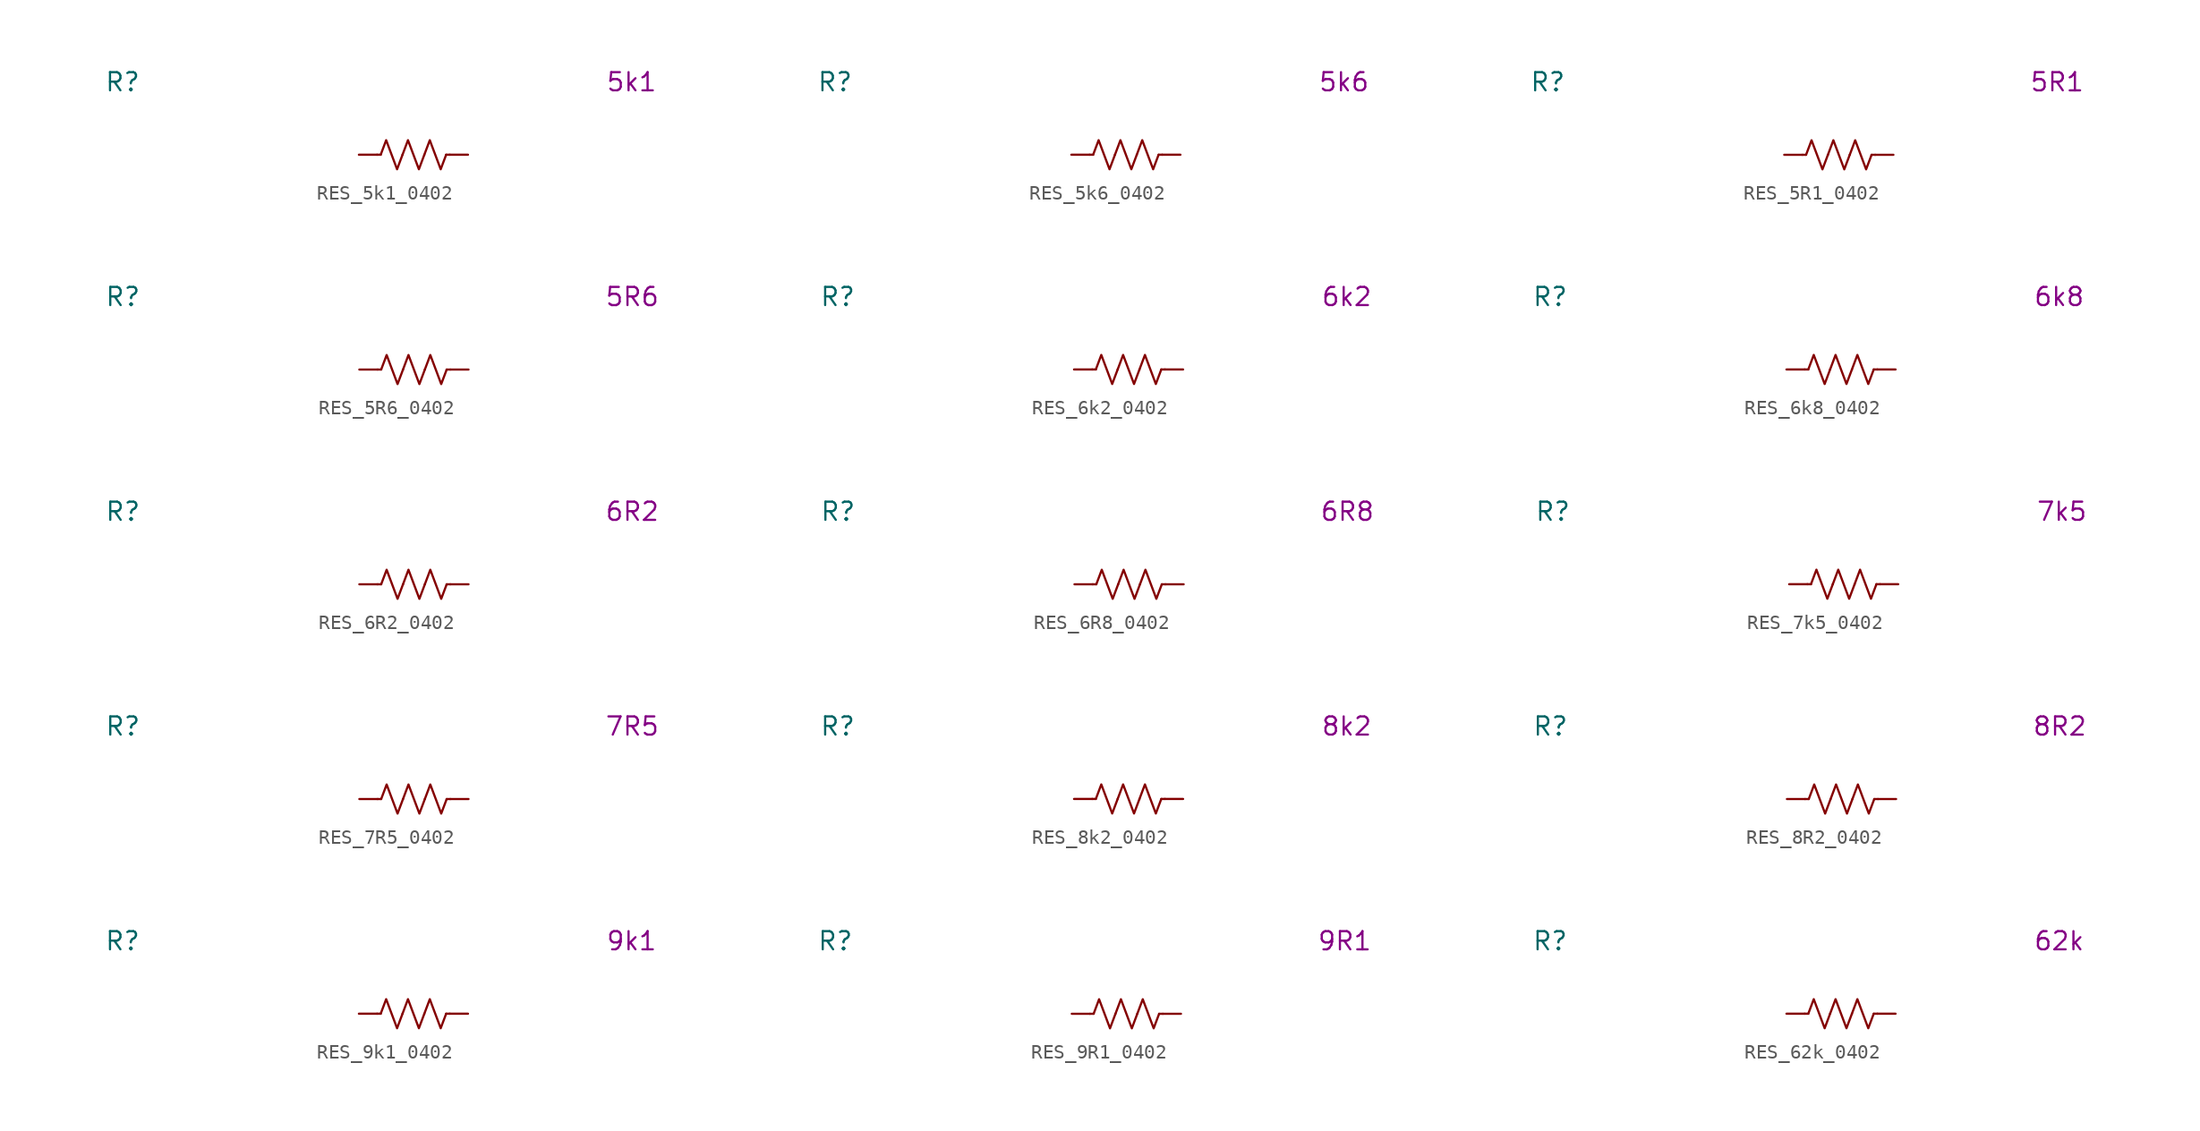
<source format=kicad_sym>
(kicad_symbol_lib
  (version 20231120)
  (generator "kicad_symbol_editor")
  (generator_version "8.0")
  (symbol "RES_5k1_0402"
    (pin_numbers hide)
    (property "Reference" "R"
      (at -20.32 5.08 0)
      (effects (font (size 1.27 1.27))))
    (property "Display Value" "5k1"
      (at 15.24 5.08 0)
      (effects (font (size 1.27 1.27))))
    (symbol "RES_5k1_0402_0_1"
      (polyline (pts (xy -2.286 0) (xy -2.54 0)) (stroke (width 0) (type default)) (fill (type none)))
      (polyline (pts (xy 2.286 0) (xy 2.54 0)) (stroke (width 0) (type default)) (fill (type none)))
      (polyline (pts (xy -2.286 0) (xy -1.905 1.016) (xy -1.524 0) (xy -1.143 -1.016) (xy -0.762 0)) (stroke (width 0) (type default)) (fill (type none)))
      (polyline (pts (xy -0.762 0) (xy -0.381 1.016) (xy 0 0) (xy 0.381 -1.016) (xy 0.762 0)) (stroke (width 0) (type default)) (fill (type none)))
      (polyline (pts (xy 0.762 0) (xy 1.143 1.016) (xy 1.524 0) (xy 1.905 -1.016) (xy 2.286 0)) (stroke (width 0) (type default)) (fill (type none))))
    (symbol "RES_5k1_0402_1_1"
      (pin passive line (at -3.81 0 0) (length 1.27) (name "~" (effects (font (size 1.27 1.27)))) (number "1" (effects (font (size 1.27 1.27)))))
      (pin passive line (at 3.81 0 180) (length 1.27) (name "~" (effects (font (size 1.27 1.27)))) (number "2" (effects (font (size 1.27 1.27)))))))
  (symbol "RES_5k6_0402"
    (pin_numbers hide)
    (property "Reference" "R"
      (at -20.32 5.08 0)
      (effects (font (size 1.27 1.27))))
    (property "Display Value" "5k6"
      (at 15.24 5.08 0)
      (effects (font (size 1.27 1.27))))
    (symbol "RES_5k6_0402_0_1"
      (polyline (pts (xy -2.286 0) (xy -2.54 0)) (stroke (width 0) (type default)) (fill (type none)))
      (polyline (pts (xy 2.286 0) (xy 2.54 0)) (stroke (width 0) (type default)) (fill (type none)))
      (polyline (pts (xy -2.286 0) (xy -1.905 1.016) (xy -1.524 0) (xy -1.143 -1.016) (xy -0.762 0)) (stroke (width 0) (type default)) (fill (type none)))
      (polyline (pts (xy -0.762 0) (xy -0.381 1.016) (xy 0 0) (xy 0.381 -1.016) (xy 0.762 0)) (stroke (width 0) (type default)) (fill (type none)))
      (polyline (pts (xy 0.762 0) (xy 1.143 1.016) (xy 1.524 0) (xy 1.905 -1.016) (xy 2.286 0)) (stroke (width 0) (type default)) (fill (type none))))
    (symbol "RES_5k6_0402_1_1"
      (pin passive line (at -3.81 0 0) (length 1.27) (name "~" (effects (font (size 1.27 1.27)))) (number "1" (effects (font (size 1.27 1.27)))))
      (pin passive line (at 3.81 0 180) (length 1.27) (name "~" (effects (font (size 1.27 1.27)))) (number "2" (effects (font (size 1.27 1.27)))))))
  (symbol "RES_5R1_0402"
    (pin_numbers hide)
    (property "Reference" "R"
      (at -20.32 5.08 0)
      (effects (font (size 1.27 1.27))))
    (property "Display Value" "5R1"
      (at 15.24 5.08 0)
      (effects (font (size 1.27 1.27))))
    (symbol "RES_5R1_0402_0_1"
      (polyline (pts (xy -2.286 0) (xy -2.54 0)) (stroke (width 0) (type default)) (fill (type none)))
      (polyline (pts (xy 2.286 0) (xy 2.54 0)) (stroke (width 0) (type default)) (fill (type none)))
      (polyline (pts (xy -2.286 0) (xy -1.905 1.016) (xy -1.524 0) (xy -1.143 -1.016) (xy -0.762 0)) (stroke (width 0) (type default)) (fill (type none)))
      (polyline (pts (xy -0.762 0) (xy -0.381 1.016) (xy 0 0) (xy 0.381 -1.016) (xy 0.762 0)) (stroke (width 0) (type default)) (fill (type none)))
      (polyline (pts (xy 0.762 0) (xy 1.143 1.016) (xy 1.524 0) (xy 1.905 -1.016) (xy 2.286 0)) (stroke (width 0) (type default)) (fill (type none))))
    (symbol "RES_5R1_0402_1_1"
      (pin passive line (at -3.81 0 0) (length 1.27) (name "~" (effects (font (size 1.27 1.27)))) (number "1" (effects (font (size 1.27 1.27)))))
      (pin passive line (at 3.81 0 180) (length 1.27) (name "~" (effects (font (size 1.27 1.27)))) (number "2" (effects (font (size 1.27 1.27)))))))
  (symbol "RES_5R6_0402"
    (pin_numbers hide)
    (property "Reference" "R"
      (at -20.32 5.08 0)
      (effects (font (size 1.27 1.27))))
    (property "Display Value" "5R6"
      (at 15.24 5.08 0)
      (effects (font (size 1.27 1.27))))
    (symbol "RES_5R6_0402_0_1"
      (polyline (pts (xy -2.286 0) (xy -2.54 0)) (stroke (width 0) (type default)) (fill (type none)))
      (polyline (pts (xy 2.286 0) (xy 2.54 0)) (stroke (width 0) (type default)) (fill (type none)))
      (polyline (pts (xy -2.286 0) (xy -1.905 1.016) (xy -1.524 0) (xy -1.143 -1.016) (xy -0.762 0)) (stroke (width 0) (type default)) (fill (type none)))
      (polyline (pts (xy -0.762 0) (xy -0.381 1.016) (xy 0 0) (xy 0.381 -1.016) (xy 0.762 0)) (stroke (width 0) (type default)) (fill (type none)))
      (polyline (pts (xy 0.762 0) (xy 1.143 1.016) (xy 1.524 0) (xy 1.905 -1.016) (xy 2.286 0)) (stroke (width 0) (type default)) (fill (type none))))
    (symbol "RES_5R6_0402_1_1"
      (pin passive line (at -3.81 0 0) (length 1.27) (name "~" (effects (font (size 1.27 1.27)))) (number "1" (effects (font (size 1.27 1.27)))))
      (pin passive line (at 3.81 0 180) (length 1.27) (name "~" (effects (font (size 1.27 1.27)))) (number "2" (effects (font (size 1.27 1.27)))))))
  (symbol "RES_6k2_0402"
    (pin_numbers hide)
    (property "Reference" "R"
      (at -20.32 5.08 0)
      (effects (font (size 1.27 1.27))))
    (property "Display Value" "6k2"
      (at 15.24 5.08 0)
      (effects (font (size 1.27 1.27))))
    (symbol "RES_6k2_0402_0_1"
      (polyline (pts (xy -2.286 0) (xy -2.54 0)) (stroke (width 0) (type default)) (fill (type none)))
      (polyline (pts (xy 2.286 0) (xy 2.54 0)) (stroke (width 0) (type default)) (fill (type none)))
      (polyline (pts (xy -2.286 0) (xy -1.905 1.016) (xy -1.524 0) (xy -1.143 -1.016) (xy -0.762 0)) (stroke (width 0) (type default)) (fill (type none)))
      (polyline (pts (xy -0.762 0) (xy -0.381 1.016) (xy 0 0) (xy 0.381 -1.016) (xy 0.762 0)) (stroke (width 0) (type default)) (fill (type none)))
      (polyline (pts (xy 0.762 0) (xy 1.143 1.016) (xy 1.524 0) (xy 1.905 -1.016) (xy 2.286 0)) (stroke (width 0) (type default)) (fill (type none))))
    (symbol "RES_6k2_0402_1_1"
      (pin passive line (at -3.81 0 0) (length 1.27) (name "~" (effects (font (size 1.27 1.27)))) (number "1" (effects (font (size 1.27 1.27)))))
      (pin passive line (at 3.81 0 180) (length 1.27) (name "~" (effects (font (size 1.27 1.27)))) (number "2" (effects (font (size 1.27 1.27)))))))
  (symbol "RES_6k8_0402"
    (pin_numbers hide)
    (property "Reference" "R"
      (at -20.32 5.08 0)
      (effects (font (size 1.27 1.27))))
    (property "Display Value" "6k8"
      (at 15.24 5.08 0)
      (effects (font (size 1.27 1.27))))
    (symbol "RES_6k8_0402_0_1"
      (polyline (pts (xy -2.286 0) (xy -2.54 0)) (stroke (width 0) (type default)) (fill (type none)))
      (polyline (pts (xy 2.286 0) (xy 2.54 0)) (stroke (width 0) (type default)) (fill (type none)))
      (polyline (pts (xy -2.286 0) (xy -1.905 1.016) (xy -1.524 0) (xy -1.143 -1.016) (xy -0.762 0)) (stroke (width 0) (type default)) (fill (type none)))
      (polyline (pts (xy -0.762 0) (xy -0.381 1.016) (xy 0 0) (xy 0.381 -1.016) (xy 0.762 0)) (stroke (width 0) (type default)) (fill (type none)))
      (polyline (pts (xy 0.762 0) (xy 1.143 1.016) (xy 1.524 0) (xy 1.905 -1.016) (xy 2.286 0)) (stroke (width 0) (type default)) (fill (type none))))
    (symbol "RES_6k8_0402_1_1"
      (pin passive line (at -3.81 0 0) (length 1.27) (name "~" (effects (font (size 1.27 1.27)))) (number "1" (effects (font (size 1.27 1.27)))))
      (pin passive line (at 3.81 0 180) (length 1.27) (name "~" (effects (font (size 1.27 1.27)))) (number "2" (effects (font (size 1.27 1.27)))))))
  (symbol "RES_6R2_0402"
    (pin_numbers hide)
    (property "Reference" "R"
      (at -20.32 5.08 0)
      (effects (font (size 1.27 1.27))))
    (property "Display Value" "6R2"
      (at 15.24 5.08 0)
      (effects (font (size 1.27 1.27))))
    (symbol "RES_6R2_0402_0_1"
      (polyline (pts (xy -2.286 0) (xy -2.54 0)) (stroke (width 0) (type default)) (fill (type none)))
      (polyline (pts (xy 2.286 0) (xy 2.54 0)) (stroke (width 0) (type default)) (fill (type none)))
      (polyline (pts (xy -2.286 0) (xy -1.905 1.016) (xy -1.524 0) (xy -1.143 -1.016) (xy -0.762 0)) (stroke (width 0) (type default)) (fill (type none)))
      (polyline (pts (xy -0.762 0) (xy -0.381 1.016) (xy 0 0) (xy 0.381 -1.016) (xy 0.762 0)) (stroke (width 0) (type default)) (fill (type none)))
      (polyline (pts (xy 0.762 0) (xy 1.143 1.016) (xy 1.524 0) (xy 1.905 -1.016) (xy 2.286 0)) (stroke (width 0) (type default)) (fill (type none))))
    (symbol "RES_6R2_0402_1_1"
      (pin passive line (at -3.81 0 0) (length 1.27) (name "~" (effects (font (size 1.27 1.27)))) (number "1" (effects (font (size 1.27 1.27)))))
      (pin passive line (at 3.81 0 180) (length 1.27) (name "~" (effects (font (size 1.27 1.27)))) (number "2" (effects (font (size 1.27 1.27)))))))
  (symbol "RES_6R8_0402"
    (pin_numbers hide)
    (property "Reference" "R"
      (at -20.32 5.08 0)
      (effects (font (size 1.27 1.27))))
    (property "Display Value" "6R8"
      (at 15.24 5.08 0)
      (effects (font (size 1.27 1.27))))
    (symbol "RES_6R8_0402_0_1"
      (polyline (pts (xy -2.286 0) (xy -2.54 0)) (stroke (width 0) (type default)) (fill (type none)))
      (polyline (pts (xy 2.286 0) (xy 2.54 0)) (stroke (width 0) (type default)) (fill (type none)))
      (polyline (pts (xy -2.286 0) (xy -1.905 1.016) (xy -1.524 0) (xy -1.143 -1.016) (xy -0.762 0)) (stroke (width 0) (type default)) (fill (type none)))
      (polyline (pts (xy -0.762 0) (xy -0.381 1.016) (xy 0 0) (xy 0.381 -1.016) (xy 0.762 0)) (stroke (width 0) (type default)) (fill (type none)))
      (polyline (pts (xy 0.762 0) (xy 1.143 1.016) (xy 1.524 0) (xy 1.905 -1.016) (xy 2.286 0)) (stroke (width 0) (type default)) (fill (type none))))
    (symbol "RES_6R8_0402_1_1"
      (pin passive line (at -3.81 0 0) (length 1.27) (name "~" (effects (font (size 1.27 1.27)))) (number "1" (effects (font (size 1.27 1.27)))))
      (pin passive line (at 3.81 0 180) (length 1.27) (name "~" (effects (font (size 1.27 1.27)))) (number "2" (effects (font (size 1.27 1.27)))))))
  (symbol "RES_7k5_0402"
    (pin_numbers hide)
    (property "Reference" "R"
      (at -20.32 5.08 0)
      (effects (font (size 1.27 1.27))))
    (property "Display Value" "7k5"
      (at 15.24 5.08 0)
      (effects (font (size 1.27 1.27))))
    (symbol "RES_7k5_0402_0_1"
      (polyline (pts (xy -2.286 0) (xy -2.54 0)) (stroke (width 0) (type default)) (fill (type none)))
      (polyline (pts (xy 2.286 0) (xy 2.54 0)) (stroke (width 0) (type default)) (fill (type none)))
      (polyline (pts (xy -2.286 0) (xy -1.905 1.016) (xy -1.524 0) (xy -1.143 -1.016) (xy -0.762 0)) (stroke (width 0) (type default)) (fill (type none)))
      (polyline (pts (xy -0.762 0) (xy -0.381 1.016) (xy 0 0) (xy 0.381 -1.016) (xy 0.762 0)) (stroke (width 0) (type default)) (fill (type none)))
      (polyline (pts (xy 0.762 0) (xy 1.143 1.016) (xy 1.524 0) (xy 1.905 -1.016) (xy 2.286 0)) (stroke (width 0) (type default)) (fill (type none))))
    (symbol "RES_7k5_0402_1_1"
      (pin passive line (at -3.81 0 0) (length 1.27) (name "~" (effects (font (size 1.27 1.27)))) (number "1" (effects (font (size 1.27 1.27)))))
      (pin passive line (at 3.81 0 180) (length 1.27) (name "~" (effects (font (size 1.27 1.27)))) (number "2" (effects (font (size 1.27 1.27)))))))
  (symbol "RES_7R5_0402"
    (pin_numbers hide)
    (property "Reference" "R"
      (at -20.32 5.08 0)
      (effects (font (size 1.27 1.27))))
    (property "Display Value" "7R5"
      (at 15.24 5.08 0)
      (effects (font (size 1.27 1.27))))
    (symbol "RES_7R5_0402_0_1"
      (polyline (pts (xy -2.286 0) (xy -2.54 0)) (stroke (width 0) (type default)) (fill (type none)))
      (polyline (pts (xy 2.286 0) (xy 2.54 0)) (stroke (width 0) (type default)) (fill (type none)))
      (polyline (pts (xy -2.286 0) (xy -1.905 1.016) (xy -1.524 0) (xy -1.143 -1.016) (xy -0.762 0)) (stroke (width 0) (type default)) (fill (type none)))
      (polyline (pts (xy -0.762 0) (xy -0.381 1.016) (xy 0 0) (xy 0.381 -1.016) (xy 0.762 0)) (stroke (width 0) (type default)) (fill (type none)))
      (polyline (pts (xy 0.762 0) (xy 1.143 1.016) (xy 1.524 0) (xy 1.905 -1.016) (xy 2.286 0)) (stroke (width 0) (type default)) (fill (type none))))
    (symbol "RES_7R5_0402_1_1"
      (pin passive line (at -3.81 0 0) (length 1.27) (name "~" (effects (font (size 1.27 1.27)))) (number "1" (effects (font (size 1.27 1.27)))))
      (pin passive line (at 3.81 0 180) (length 1.27) (name "~" (effects (font (size 1.27 1.27)))) (number "2" (effects (font (size 1.27 1.27)))))))
  (symbol "RES_8k2_0402"
    (pin_numbers hide)
    (property "Reference" "R"
      (at -20.32 5.08 0)
      (effects (font (size 1.27 1.27))))
    (property "Display Value" "8k2"
      (at 15.24 5.08 0)
      (effects (font (size 1.27 1.27))))
    (symbol "RES_8k2_0402_0_1"
      (polyline (pts (xy -2.286 0) (xy -2.54 0)) (stroke (width 0) (type default)) (fill (type none)))
      (polyline (pts (xy 2.286 0) (xy 2.54 0)) (stroke (width 0) (type default)) (fill (type none)))
      (polyline (pts (xy -2.286 0) (xy -1.905 1.016) (xy -1.524 0) (xy -1.143 -1.016) (xy -0.762 0)) (stroke (width 0) (type default)) (fill (type none)))
      (polyline (pts (xy -0.762 0) (xy -0.381 1.016) (xy 0 0) (xy 0.381 -1.016) (xy 0.762 0)) (stroke (width 0) (type default)) (fill (type none)))
      (polyline (pts (xy 0.762 0) (xy 1.143 1.016) (xy 1.524 0) (xy 1.905 -1.016) (xy 2.286 0)) (stroke (width 0) (type default)) (fill (type none))))
    (symbol "RES_8k2_0402_1_1"
      (pin passive line (at -3.81 0 0) (length 1.27) (name "~" (effects (font (size 1.27 1.27)))) (number "1" (effects (font (size 1.27 1.27)))))
      (pin passive line (at 3.81 0 180) (length 1.27) (name "~" (effects (font (size 1.27 1.27)))) (number "2" (effects (font (size 1.27 1.27)))))))
  (symbol "RES_8R2_0402"
    (pin_numbers hide)
    (property "Reference" "R"
      (at -20.32 5.08 0)
      (effects (font (size 1.27 1.27))))
    (property "Display Value" "8R2"
      (at 15.24 5.08 0)
      (effects (font (size 1.27 1.27))))
    (symbol "RES_8R2_0402_0_1"
      (polyline (pts (xy -2.286 0) (xy -2.54 0)) (stroke (width 0) (type default)) (fill (type none)))
      (polyline (pts (xy 2.286 0) (xy 2.54 0)) (stroke (width 0) (type default)) (fill (type none)))
      (polyline (pts (xy -2.286 0) (xy -1.905 1.016) (xy -1.524 0) (xy -1.143 -1.016) (xy -0.762 0)) (stroke (width 0) (type default)) (fill (type none)))
      (polyline (pts (xy -0.762 0) (xy -0.381 1.016) (xy 0 0) (xy 0.381 -1.016) (xy 0.762 0)) (stroke (width 0) (type default)) (fill (type none)))
      (polyline (pts (xy 0.762 0) (xy 1.143 1.016) (xy 1.524 0) (xy 1.905 -1.016) (xy 2.286 0)) (stroke (width 0) (type default)) (fill (type none))))
    (symbol "RES_8R2_0402_1_1"
      (pin passive line (at -3.81 0 0) (length 1.27) (name "~" (effects (font (size 1.27 1.27)))) (number "1" (effects (font (size 1.27 1.27)))))
      (pin passive line (at 3.81 0 180) (length 1.27) (name "~" (effects (font (size 1.27 1.27)))) (number "2" (effects (font (size 1.27 1.27)))))))
  (symbol "RES_9k1_0402"
    (pin_numbers hide)
    (property "Reference" "R"
      (at -20.32 5.08 0)
      (effects (font (size 1.27 1.27))))
    (property "Display Value" "9k1"
      (at 15.24 5.08 0)
      (effects (font (size 1.27 1.27))))
    (symbol "RES_9k1_0402_0_1"
      (polyline (pts (xy -2.286 0) (xy -2.54 0)) (stroke (width 0) (type default)) (fill (type none)))
      (polyline (pts (xy 2.286 0) (xy 2.54 0)) (stroke (width 0) (type default)) (fill (type none)))
      (polyline (pts (xy -2.286 0) (xy -1.905 1.016) (xy -1.524 0) (xy -1.143 -1.016) (xy -0.762 0)) (stroke (width 0) (type default)) (fill (type none)))
      (polyline (pts (xy -0.762 0) (xy -0.381 1.016) (xy 0 0) (xy 0.381 -1.016) (xy 0.762 0)) (stroke (width 0) (type default)) (fill (type none)))
      (polyline (pts (xy 0.762 0) (xy 1.143 1.016) (xy 1.524 0) (xy 1.905 -1.016) (xy 2.286 0)) (stroke (width 0) (type default)) (fill (type none))))
    (symbol "RES_9k1_0402_1_1"
      (pin passive line (at -3.81 0 0) (length 1.27) (name "~" (effects (font (size 1.27 1.27)))) (number "1" (effects (font (size 1.27 1.27)))))
      (pin passive line (at 3.81 0 180) (length 1.27) (name "~" (effects (font (size 1.27 1.27)))) (number "2" (effects (font (size 1.27 1.27)))))))
  (symbol "RES_9R1_0402"
    (pin_numbers hide)
    (property "Reference" "R"
      (at -20.32 5.08 0)
      (effects (font (size 1.27 1.27))))
    (property "Display Value" "9R1"
      (at 15.24 5.08 0)
      (effects (font (size 1.27 1.27))))
    (symbol "RES_9R1_0402_0_1"
      (polyline (pts (xy -2.286 0) (xy -2.54 0)) (stroke (width 0) (type default)) (fill (type none)))
      (polyline (pts (xy 2.286 0) (xy 2.54 0)) (stroke (width 0) (type default)) (fill (type none)))
      (polyline (pts (xy -2.286 0) (xy -1.905 1.016) (xy -1.524 0) (xy -1.143 -1.016) (xy -0.762 0)) (stroke (width 0) (type default)) (fill (type none)))
      (polyline (pts (xy -0.762 0) (xy -0.381 1.016) (xy 0 0) (xy 0.381 -1.016) (xy 0.762 0)) (stroke (width 0) (type default)) (fill (type none)))
      (polyline (pts (xy 0.762 0) (xy 1.143 1.016) (xy 1.524 0) (xy 1.905 -1.016) (xy 2.286 0)) (stroke (width 0) (type default)) (fill (type none))))
    (symbol "RES_9R1_0402_1_1"
      (pin passive line (at -3.81 0 0) (length 1.27) (name "~" (effects (font (size 1.27 1.27)))) (number "1" (effects (font (size 1.27 1.27)))))
      (pin passive line (at 3.81 0 180) (length 1.27) (name "~" (effects (font (size 1.27 1.27)))) (number "2" (effects (font (size 1.27 1.27)))))))
  (symbol "RES_62k_0402"
    (pin_numbers hide)
    (property "Reference" "R"
      (at -20.32 5.08 0)
      (effects (font (size 1.27 1.27))))
    (property "Display Value" "62k"
      (at 15.24 5.08 0)
      (effects (font (size 1.27 1.27))))
    (symbol "RES_62k_0402_0_1"
      (polyline (pts (xy -2.286 0) (xy -2.54 0)) (stroke (width 0) (type default)) (fill (type none)))
      (polyline (pts (xy 2.286 0) (xy 2.54 0)) (stroke (width 0) (type default)) (fill (type none)))
      (polyline (pts (xy -2.286 0) (xy -1.905 1.016) (xy -1.524 0) (xy -1.143 -1.016) (xy -0.762 0)) (stroke (width 0) (type default)) (fill (type none)))
      (polyline (pts (xy -0.762 0) (xy -0.381 1.016) (xy 0 0) (xy 0.381 -1.016) (xy 0.762 0)) (stroke (width 0) (type default)) (fill (type none)))
      (polyline (pts (xy 0.762 0) (xy 1.143 1.016) (xy 1.524 0) (xy 1.905 -1.016) (xy 2.286 0)) (stroke (width 0) (type default)) (fill (type none))))
    (symbol "RES_62k_0402_1_1"
      (pin passive line (at -3.81 0 0) (length 1.27) (name "~" (effects (font (size 1.27 1.27)))) (number "1" (effects (font (size 1.27 1.27)))))
      (pin passive line (at 3.81 0 180) (length 1.27) (name "~" (effects (font (size 1.27 1.27)))) (number "2" (effects (font (size 1.27 1.27))))))))
</source>
